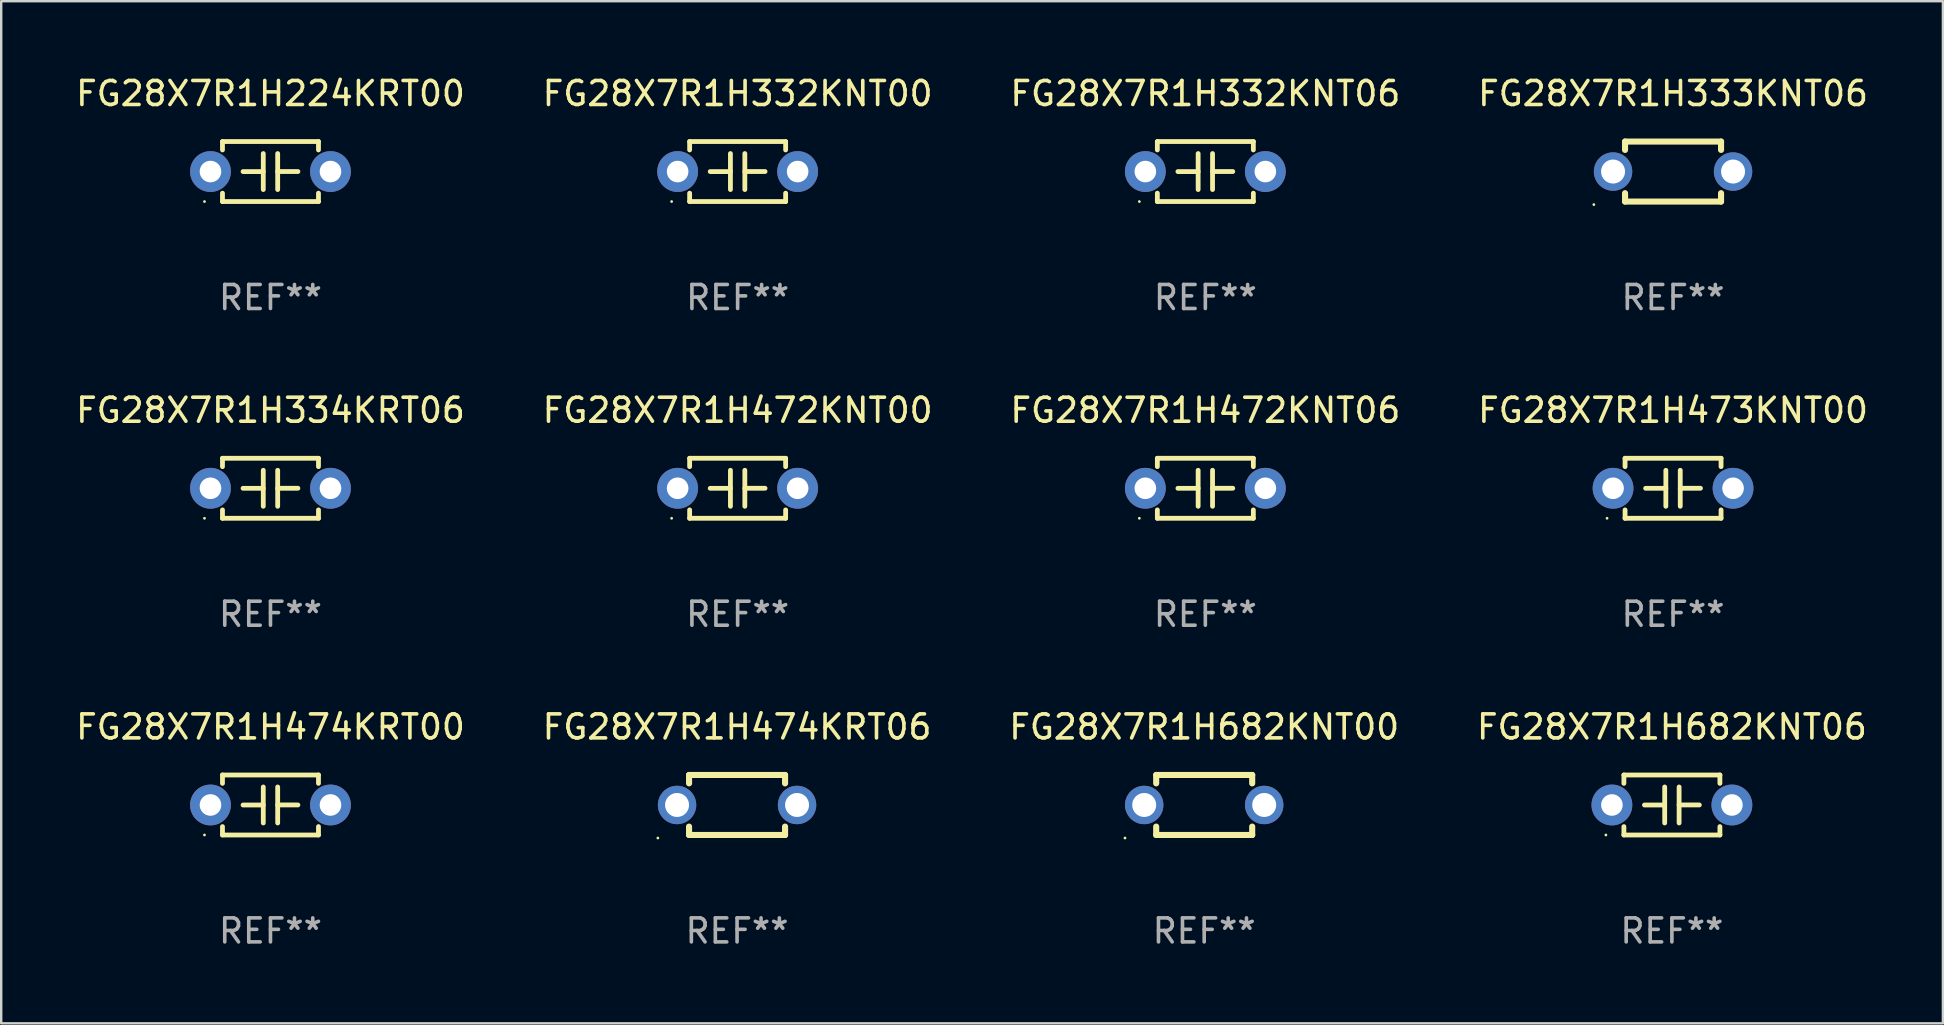
<source format=kicad_pcb>
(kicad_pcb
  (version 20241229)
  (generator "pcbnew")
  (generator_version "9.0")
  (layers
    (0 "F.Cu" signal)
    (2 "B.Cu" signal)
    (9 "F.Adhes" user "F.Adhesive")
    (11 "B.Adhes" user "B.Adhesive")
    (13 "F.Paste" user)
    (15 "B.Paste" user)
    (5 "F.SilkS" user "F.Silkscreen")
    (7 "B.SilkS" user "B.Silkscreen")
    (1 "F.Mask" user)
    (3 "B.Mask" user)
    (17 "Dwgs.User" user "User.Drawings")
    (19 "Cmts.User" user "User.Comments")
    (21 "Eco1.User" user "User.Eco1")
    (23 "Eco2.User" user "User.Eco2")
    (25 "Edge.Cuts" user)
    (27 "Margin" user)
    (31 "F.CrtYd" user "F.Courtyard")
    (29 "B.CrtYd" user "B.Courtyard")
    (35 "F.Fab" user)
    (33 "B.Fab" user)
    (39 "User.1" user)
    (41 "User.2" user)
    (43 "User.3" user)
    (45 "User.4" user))
  (footprint "FG28X7R1H682KNT00"
    (layer "F.Cu")
    (at 47.125 30.491)
    (property "Reference" "FG28X7R1H682KNT00" (at 0 -3.25 0) (layer "F.SilkS") (effects (font (size 1 1) (thickness 0.15))))
    (attr through_hole)
    (fp_line (start -2 -1.25) (end -2 -0.901) (stroke (width 0.254) (type solid)) (layer "F.SilkS"))
    (fp_line (start -2 -1.25) (end 2 -1.25) (stroke (width 0.254) (type solid)) (layer "F.SilkS"))
    (fp_line (start -2 0.901) (end -2 1.25) (stroke (width 0.254) (type solid)) (layer "F.SilkS"))
    (fp_line (start 2 -1.25) (end 2 -0.901) (stroke (width 0.254) (type solid)) (layer "F.SilkS"))
    (fp_line (start 2 0.901) (end 2 1.25) (stroke (width 0.254) (type solid)) (layer "F.SilkS"))
    (fp_line (start 2 1.25) (end -2 1.25) (stroke (width 0.254) (type solid)) (layer "F.SilkS"))
    (fp_circle (center -3.3 1.377) (end -3.27 1.377) (stroke (width 0.06) (type solid)) (fill no) (layer "F.SilkS"))
    (fp_text user "REF**" (at 0 5.25 0) (layer "F.Fab") (effects (font (size 1 1) (thickness 0.15))))
    (pad "1" thru_hole circle (at -2.5 0) (size 1.6 1.6) (drill 1) (layers "*.Cu" "*.Mask"))
    (pad "2" thru_hole circle (at 2.5 0) (size 1.6 1.6) (drill 1) (layers "*.Cu" "*.Mask")))
  (footprint "FG28X7R1H334KRT06"
    (layer "F.Cu")
    (at 8.22 17.295)
    (property "Reference" "FG28X7R1H334KRT06" (at 0 -3.25 0) (layer "F.SilkS") (effects (font (size 1 1) (thickness 0.15))))
    (attr through_hole)
    (fp_line (start -2 -1.25) (end -2 -0.901) (stroke (width 0.2) (type solid)) (layer "F.SilkS"))
    (fp_line (start -2 -1.25) (end 2 -1.25) (stroke (width 0.2) (type solid)) (layer "F.SilkS"))
    (fp_line (start -2 0.901) (end -2 1.25) (stroke (width 0.2) (type solid)) (layer "F.SilkS"))
    (fp_line (start -0.3 -0.75) (end -0.3 0.75) (stroke (width 0.2) (type solid)) (layer "F.SilkS"))
    (fp_line (start -0.3 0.001) (end -1.143 0.001) (stroke (width 0.2) (type solid)) (layer "F.SilkS"))
    (fp_line (start 0.3 -0.001) (end 1.143 -0.001) (stroke (width 0.2) (type solid)) (layer "F.SilkS"))
    (fp_line (start 0.3 0.75) (end 0.3 -0.75) (stroke (width 0.2) (type solid)) (layer "F.SilkS"))
    (fp_line (start 2 -1.25) (end 2 -0.901) (stroke (width 0.2) (type solid)) (layer "F.SilkS"))
    (fp_line (start 2 0.901) (end 2 1.25) (stroke (width 0.2) (type solid)) (layer "F.SilkS"))
    (fp_line (start 2 1.25) (end -2 1.25) (stroke (width 0.2) (type solid)) (layer "F.SilkS"))
    (fp_circle (center -2.75 1.25) (end -2.72 1.25) (stroke (width 0.06) (type solid)) (fill no) (layer "F.SilkS"))
    (fp_text user "REF**" (at 0 5.25 0) (layer "F.Fab") (effects (font (size 1 1) (thickness 0.15))))
    (pad "1" thru_hole circle (at -2.5 0) (size 1.7 1.7) (drill 0.9) (layers "*.Cu" "*.Mask"))
    (pad "2" thru_hole circle (at 2.5 0) (size 1.7 1.7) (drill 0.9) (layers "*.Cu" "*.Mask")))
  (footprint "FG28X7R1H682KNT06"
    (layer "F.Cu")
    (at 66.613 30.491)
    (property "Reference" "FG28X7R1H682KNT06" (at 0 -3.25 0) (layer "F.SilkS") (effects (font (size 1 1) (thickness 0.15))))
    (attr through_hole)
    (fp_line (start -2 -1.25) (end -2 -0.901) (stroke (width 0.2) (type solid)) (layer "F.SilkS"))
    (fp_line (start -2 -1.25) (end 2 -1.25) (stroke (width 0.2) (type solid)) (layer "F.SilkS"))
    (fp_line (start -2 0.901) (end -2 1.25) (stroke (width 0.2) (type solid)) (layer "F.SilkS"))
    (fp_line (start -0.3 -0.75) (end -0.3 0.75) (stroke (width 0.2) (type solid)) (layer "F.SilkS"))
    (fp_line (start -0.3 0.001) (end -1.143 0.001) (stroke (width 0.2) (type solid)) (layer "F.SilkS"))
    (fp_line (start 0.3 -0.001) (end 1.143 -0.001) (stroke (width 0.2) (type solid)) (layer "F.SilkS"))
    (fp_line (start 0.3 0.75) (end 0.3 -0.75) (stroke (width 0.2) (type solid)) (layer "F.SilkS"))
    (fp_line (start 2 -1.25) (end 2 -0.901) (stroke (width 0.2) (type solid)) (layer "F.SilkS"))
    (fp_line (start 2 0.901) (end 2 1.25) (stroke (width 0.2) (type solid)) (layer "F.SilkS"))
    (fp_line (start 2 1.25) (end -2 1.25) (stroke (width 0.2) (type solid)) (layer "F.SilkS"))
    (fp_circle (center -2.75 1.25) (end -2.72 1.25) (stroke (width 0.06) (type solid)) (fill no) (layer "F.SilkS"))
    (fp_text user "REF**" (at 0 5.25 0) (layer "F.Fab") (effects (font (size 1 1) (thickness 0.15))))
    (pad "1" thru_hole circle (at -2.5 0) (size 1.7 1.7) (drill 0.9) (layers "*.Cu" "*.Mask"))
    (pad "2" thru_hole circle (at 2.5 0) (size 1.7 1.7) (drill 0.9) (layers "*.Cu" "*.Mask")))
  (footprint "FG28X7R1H333KNT06"
    (layer "F.Cu")
    (at 66.661 4.098)
    (property "Reference" "FG28X7R1H333KNT06" (at 0 -3.25 0) (layer "F.SilkS") (effects (font (size 1 1) (thickness 0.15))))
    (attr through_hole)
    (fp_line (start -2 -1.25) (end -2 -0.901) (stroke (width 0.254) (type solid)) (layer "F.SilkS"))
    (fp_line (start -2 -1.25) (end 2 -1.25) (stroke (width 0.254) (type solid)) (layer "F.SilkS"))
    (fp_line (start -2 0.901) (end -2 1.25) (stroke (width 0.254) (type solid)) (layer "F.SilkS"))
    (fp_line (start 2 -1.25) (end 2 -0.901) (stroke (width 0.254) (type solid)) (layer "F.SilkS"))
    (fp_line (start 2 0.901) (end 2 1.25) (stroke (width 0.254) (type solid)) (layer "F.SilkS"))
    (fp_line (start 2 1.25) (end -2 1.25) (stroke (width 0.254) (type solid)) (layer "F.SilkS"))
    (fp_circle (center -3.3 1.377) (end -3.27 1.377) (stroke (width 0.06) (type solid)) (fill no) (layer "F.SilkS"))
    (fp_text user "REF**" (at 0 5.25 0) (layer "F.Fab") (effects (font (size 1 1) (thickness 0.15))))
    (pad "1" thru_hole circle (at -2.5 0) (size 1.6 1.6) (drill 1) (layers "*.Cu" "*.Mask"))
    (pad "2" thru_hole circle (at 2.5 0) (size 1.6 1.6) (drill 1) (layers "*.Cu" "*.Mask")))
  (footprint "FG28X7R1H474KRT00"
    (layer "F.Cu")
    (at 8.22 30.491)
    (property "Reference" "FG28X7R1H474KRT00" (at 0 -3.25 0) (layer "F.SilkS") (effects (font (size 1 1) (thickness 0.15))))
    (attr through_hole)
    (fp_line (start -2 -1.25) (end -2 -0.901) (stroke (width 0.2) (type solid)) (layer "F.SilkS"))
    (fp_line (start -2 -1.25) (end 2 -1.25) (stroke (width 0.2) (type solid)) (layer "F.SilkS"))
    (fp_line (start -2 0.901) (end -2 1.25) (stroke (width 0.2) (type solid)) (layer "F.SilkS"))
    (fp_line (start -0.3 -0.75) (end -0.3 0.75) (stroke (width 0.2) (type solid)) (layer "F.SilkS"))
    (fp_line (start -0.3 0.001) (end -1.143 0.001) (stroke (width 0.2) (type solid)) (layer "F.SilkS"))
    (fp_line (start 0.3 -0.001) (end 1.143 -0.001) (stroke (width 0.2) (type solid)) (layer "F.SilkS"))
    (fp_line (start 0.3 0.75) (end 0.3 -0.75) (stroke (width 0.2) (type solid)) (layer "F.SilkS"))
    (fp_line (start 2 -1.25) (end 2 -0.901) (stroke (width 0.2) (type solid)) (layer "F.SilkS"))
    (fp_line (start 2 0.901) (end 2 1.25) (stroke (width 0.2) (type solid)) (layer "F.SilkS"))
    (fp_line (start 2 1.25) (end -2 1.25) (stroke (width 0.2) (type solid)) (layer "F.SilkS"))
    (fp_circle (center -2.75 1.25) (end -2.72 1.25) (stroke (width 0.06) (type solid)) (fill no) (layer "F.SilkS"))
    (fp_text user "REF**" (at 0 5.25 0) (layer "F.Fab") (effects (font (size 1 1) (thickness 0.15))))
    (pad "1" thru_hole circle (at -2.5 0) (size 1.7 1.7) (drill 0.9) (layers "*.Cu" "*.Mask"))
    (pad "2" thru_hole circle (at 2.5 0) (size 1.7 1.7) (drill 0.9) (layers "*.Cu" "*.Mask")))
  (footprint "FG28X7R1H474KRT06"
    (layer "F.Cu")
    (at 27.661 30.491)
    (property "Reference" "FG28X7R1H474KRT06" (at 0 -3.25 0) (layer "F.SilkS") (effects (font (size 1 1) (thickness 0.15))))
    (attr through_hole)
    (fp_line (start -2 -1.25) (end -2 -0.901) (stroke (width 0.254) (type solid)) (layer "F.SilkS"))
    (fp_line (start -2 -1.25) (end 2 -1.25) (stroke (width 0.254) (type solid)) (layer "F.SilkS"))
    (fp_line (start -2 0.901) (end -2 1.25) (stroke (width 0.254) (type solid)) (layer "F.SilkS"))
    (fp_line (start 2 -1.25) (end 2 -0.901) (stroke (width 0.254) (type solid)) (layer "F.SilkS"))
    (fp_line (start 2 0.901) (end 2 1.25) (stroke (width 0.254) (type solid)) (layer "F.SilkS"))
    (fp_line (start 2 1.25) (end -2 1.25) (stroke (width 0.254) (type solid)) (layer "F.SilkS"))
    (fp_circle (center -3.3 1.377) (end -3.27 1.377) (stroke (width 0.06) (type solid)) (fill no) (layer "F.SilkS"))
    (fp_text user "REF**" (at 0 5.25 0) (layer "F.Fab") (effects (font (size 1 1) (thickness 0.15))))
    (pad "1" thru_hole circle (at -2.5 0) (size 1.6 1.6) (drill 1) (layers "*.Cu" "*.Mask"))
    (pad "2" thru_hole circle (at 2.5 0) (size 1.6 1.6) (drill 1) (layers "*.Cu" "*.Mask")))
  (footprint "FG28X7R1H472KNT00"
    (layer "F.Cu")
    (at 27.685 17.295)
    (property "Reference" "FG28X7R1H472KNT00" (at 0 -3.25 0) (layer "F.SilkS") (effects (font (size 1 1) (thickness 0.15))))
    (attr through_hole)
    (fp_line (start -2 -1.25) (end -2 -0.901) (stroke (width 0.2) (type solid)) (layer "F.SilkS"))
    (fp_line (start -2 -1.25) (end 2 -1.25) (stroke (width 0.2) (type solid)) (layer "F.SilkS"))
    (fp_line (start -2 0.901) (end -2 1.25) (stroke (width 0.2) (type solid)) (layer "F.SilkS"))
    (fp_line (start -0.3 -0.75) (end -0.3 0.75) (stroke (width 0.2) (type solid)) (layer "F.SilkS"))
    (fp_line (start -0.3 0.001) (end -1.143 0.001) (stroke (width 0.2) (type solid)) (layer "F.SilkS"))
    (fp_line (start 0.3 -0.001) (end 1.143 -0.001) (stroke (width 0.2) (type solid)) (layer "F.SilkS"))
    (fp_line (start 0.3 0.75) (end 0.3 -0.75) (stroke (width 0.2) (type solid)) (layer "F.SilkS"))
    (fp_line (start 2 -1.25) (end 2 -0.901) (stroke (width 0.2) (type solid)) (layer "F.SilkS"))
    (fp_line (start 2 0.901) (end 2 1.25) (stroke (width 0.2) (type solid)) (layer "F.SilkS"))
    (fp_line (start 2 1.25) (end -2 1.25) (stroke (width 0.2) (type solid)) (layer "F.SilkS"))
    (fp_circle (center -2.75 1.25) (end -2.72 1.25) (stroke (width 0.06) (type solid)) (fill no) (layer "F.SilkS"))
    (fp_text user "REF**" (at 0 5.25 0) (layer "F.Fab") (effects (font (size 1 1) (thickness 0.15))))
    (pad "1" thru_hole circle (at -2.5 0) (size 1.7 1.7) (drill 0.9) (layers "*.Cu" "*.Mask"))
    (pad "2" thru_hole circle (at 2.5 0) (size 1.7 1.7) (drill 0.9) (layers "*.Cu" "*.Mask")))
  (footprint "FG28X7R1H473KNT00"
    (layer "F.Cu")
    (at 66.661 17.295)
    (property "Reference" "FG28X7R1H473KNT00" (at 0 -3.25 0) (layer "F.SilkS") (effects (font (size 1 1) (thickness 0.15))))
    (attr through_hole)
    (fp_line (start -2 -1.25) (end -2 -0.901) (stroke (width 0.2) (type solid)) (layer "F.SilkS"))
    (fp_line (start -2 -1.25) (end 2 -1.25) (stroke (width 0.2) (type solid)) (layer "F.SilkS"))
    (fp_line (start -2 0.901) (end -2 1.25) (stroke (width 0.2) (type solid)) (layer "F.SilkS"))
    (fp_line (start -0.3 -0.75) (end -0.3 0.75) (stroke (width 0.2) (type solid)) (layer "F.SilkS"))
    (fp_line (start -0.3 0.001) (end -1.143 0.001) (stroke (width 0.2) (type solid)) (layer "F.SilkS"))
    (fp_line (start 0.3 -0.001) (end 1.143 -0.001) (stroke (width 0.2) (type solid)) (layer "F.SilkS"))
    (fp_line (start 0.3 0.75) (end 0.3 -0.75) (stroke (width 0.2) (type solid)) (layer "F.SilkS"))
    (fp_line (start 2 -1.25) (end 2 -0.901) (stroke (width 0.2) (type solid)) (layer "F.SilkS"))
    (fp_line (start 2 0.901) (end 2 1.25) (stroke (width 0.2) (type solid)) (layer "F.SilkS"))
    (fp_line (start 2 1.25) (end -2 1.25) (stroke (width 0.2) (type solid)) (layer "F.SilkS"))
    (fp_circle (center -2.75 1.25) (end -2.72 1.25) (stroke (width 0.06) (type solid)) (fill no) (layer "F.SilkS"))
    (fp_text user "REF**" (at 0 5.25 0) (layer "F.Fab") (effects (font (size 1 1) (thickness 0.15))))
    (pad "1" thru_hole circle (at -2.5 0) (size 1.7 1.7) (drill 0.9) (layers "*.Cu" "*.Mask"))
    (pad "2" thru_hole circle (at 2.5 0) (size 1.7 1.7) (drill 0.9) (layers "*.Cu" "*.Mask")))
  (footprint "FG28X7R1H332KNT06"
    (layer "F.Cu")
    (at 47.173 4.098)
    (property "Reference" "FG28X7R1H332KNT06" (at 0 -3.25 0) (layer "F.SilkS") (effects (font (size 1 1) (thickness 0.15))))
    (attr through_hole)
    (fp_line (start -2 -1.25) (end -2 -0.901) (stroke (width 0.2) (type solid)) (layer "F.SilkS"))
    (fp_line (start -2 -1.25) (end 2 -1.25) (stroke (width 0.2) (type solid)) (layer "F.SilkS"))
    (fp_line (start -2 0.901) (end -2 1.25) (stroke (width 0.2) (type solid)) (layer "F.SilkS"))
    (fp_line (start -0.3 -0.75) (end -0.3 0.75) (stroke (width 0.2) (type solid)) (layer "F.SilkS"))
    (fp_line (start -0.3 0.001) (end -1.143 0.001) (stroke (width 0.2) (type solid)) (layer "F.SilkS"))
    (fp_line (start 0.3 -0.001) (end 1.143 -0.001) (stroke (width 0.2) (type solid)) (layer "F.SilkS"))
    (fp_line (start 0.3 0.75) (end 0.3 -0.75) (stroke (width 0.2) (type solid)) (layer "F.SilkS"))
    (fp_line (start 2 -1.25) (end 2 -0.901) (stroke (width 0.2) (type solid)) (layer "F.SilkS"))
    (fp_line (start 2 0.901) (end 2 1.25) (stroke (width 0.2) (type solid)) (layer "F.SilkS"))
    (fp_line (start 2 1.25) (end -2 1.25) (stroke (width 0.2) (type solid)) (layer "F.SilkS"))
    (fp_circle (center -2.75 1.25) (end -2.72 1.25) (stroke (width 0.06) (type solid)) (fill no) (layer "F.SilkS"))
    (fp_text user "REF**" (at 0 5.25 0) (layer "F.Fab") (effects (font (size 1 1) (thickness 0.15))))
    (pad "1" thru_hole circle (at -2.5 0) (size 1.7 1.7) (drill 0.9) (layers "*.Cu" "*.Mask"))
    (pad "2" thru_hole circle (at 2.5 0) (size 1.7 1.7) (drill 0.9) (layers "*.Cu" "*.Mask")))
  (footprint "FG28X7R1H224KRT00"
    (layer "F.Cu")
    (at 8.22 4.098)
    (property "Reference" "FG28X7R1H224KRT00" (at 0 -3.25 0) (layer "F.SilkS") (effects (font (size 1 1) (thickness 0.15))))
    (attr through_hole)
    (fp_line (start -2 -1.25) (end -2 -0.901) (stroke (width 0.2) (type solid)) (layer "F.SilkS"))
    (fp_line (start -2 -1.25) (end 2 -1.25) (stroke (width 0.2) (type solid)) (layer "F.SilkS"))
    (fp_line (start -2 0.901) (end -2 1.25) (stroke (width 0.2) (type solid)) (layer "F.SilkS"))
    (fp_line (start -0.3 -0.75) (end -0.3 0.75) (stroke (width 0.2) (type solid)) (layer "F.SilkS"))
    (fp_line (start -0.3 0.001) (end -1.143 0.001) (stroke (width 0.2) (type solid)) (layer "F.SilkS"))
    (fp_line (start 0.3 -0.001) (end 1.143 -0.001) (stroke (width 0.2) (type solid)) (layer "F.SilkS"))
    (fp_line (start 0.3 0.75) (end 0.3 -0.75) (stroke (width 0.2) (type solid)) (layer "F.SilkS"))
    (fp_line (start 2 -1.25) (end 2 -0.901) (stroke (width 0.2) (type solid)) (layer "F.SilkS"))
    (fp_line (start 2 0.901) (end 2 1.25) (stroke (width 0.2) (type solid)) (layer "F.SilkS"))
    (fp_line (start 2 1.25) (end -2 1.25) (stroke (width 0.2) (type solid)) (layer "F.SilkS"))
    (fp_circle (center -2.75 1.25) (end -2.72 1.25) (stroke (width 0.06) (type solid)) (fill no) (layer "F.SilkS"))
    (fp_text user "REF**" (at 0 5.25 0) (layer "F.Fab") (effects (font (size 1 1) (thickness 0.15))))
    (pad "1" thru_hole circle (at -2.5 0) (size 1.7 1.7) (drill 0.9) (layers "*.Cu" "*.Mask"))
    (pad "2" thru_hole circle (at 2.5 0) (size 1.7 1.7) (drill 0.9) (layers "*.Cu" "*.Mask")))
  (footprint "FG28X7R1H472KNT06"
    (layer "F.Cu")
    (at 47.173 17.295)
    (property "Reference" "FG28X7R1H472KNT06" (at 0 -3.25 0) (layer "F.SilkS") (effects (font (size 1 1) (thickness 0.15))))
    (attr through_hole)
    (fp_line (start -2 -1.25) (end -2 -0.901) (stroke (width 0.2) (type solid)) (layer "F.SilkS"))
    (fp_line (start -2 -1.25) (end 2 -1.25) (stroke (width 0.2) (type solid)) (layer "F.SilkS"))
    (fp_line (start -2 0.901) (end -2 1.25) (stroke (width 0.2) (type solid)) (layer "F.SilkS"))
    (fp_line (start -0.3 -0.75) (end -0.3 0.75) (stroke (width 0.2) (type solid)) (layer "F.SilkS"))
    (fp_line (start -0.3 0.001) (end -1.143 0.001) (stroke (width 0.2) (type solid)) (layer "F.SilkS"))
    (fp_line (start 0.3 -0.001) (end 1.143 -0.001) (stroke (width 0.2) (type solid)) (layer "F.SilkS"))
    (fp_line (start 0.3 0.75) (end 0.3 -0.75) (stroke (width 0.2) (type solid)) (layer "F.SilkS"))
    (fp_line (start 2 -1.25) (end 2 -0.901) (stroke (width 0.2) (type solid)) (layer "F.SilkS"))
    (fp_line (start 2 0.901) (end 2 1.25) (stroke (width 0.2) (type solid)) (layer "F.SilkS"))
    (fp_line (start 2 1.25) (end -2 1.25) (stroke (width 0.2) (type solid)) (layer "F.SilkS"))
    (fp_circle (center -2.75 1.25) (end -2.72 1.25) (stroke (width 0.06) (type solid)) (fill no) (layer "F.SilkS"))
    (fp_text user "REF**" (at 0 5.25 0) (layer "F.Fab") (effects (font (size 1 1) (thickness 0.15))))
    (pad "1" thru_hole circle (at -2.5 0) (size 1.7 1.7) (drill 0.9) (layers "*.Cu" "*.Mask"))
    (pad "2" thru_hole circle (at 2.5 0) (size 1.7 1.7) (drill 0.9) (layers "*.Cu" "*.Mask")))
  (footprint "FG28X7R1H332KNT00"
    (layer "F.Cu")
    (at 27.685 4.098)
    (property "Reference" "FG28X7R1H332KNT00" (at 0 -3.25 0) (layer "F.SilkS") (effects (font (size 1 1) (thickness 0.15))))
    (attr through_hole)
    (fp_line (start -2 -1.25) (end -2 -0.901) (stroke (width 0.2) (type solid)) (layer "F.SilkS"))
    (fp_line (start -2 -1.25) (end 2 -1.25) (stroke (width 0.2) (type solid)) (layer "F.SilkS"))
    (fp_line (start -2 0.901) (end -2 1.25) (stroke (width 0.2) (type solid)) (layer "F.SilkS"))
    (fp_line (start -0.3 -0.75) (end -0.3 0.75) (stroke (width 0.2) (type solid)) (layer "F.SilkS"))
    (fp_line (start -0.3 0.001) (end -1.143 0.001) (stroke (width 0.2) (type solid)) (layer "F.SilkS"))
    (fp_line (start 0.3 -0.001) (end 1.143 -0.001) (stroke (width 0.2) (type solid)) (layer "F.SilkS"))
    (fp_line (start 0.3 0.75) (end 0.3 -0.75) (stroke (width 0.2) (type solid)) (layer "F.SilkS"))
    (fp_line (start 2 -1.25) (end 2 -0.901) (stroke (width 0.2) (type solid)) (layer "F.SilkS"))
    (fp_line (start 2 0.901) (end 2 1.25) (stroke (width 0.2) (type solid)) (layer "F.SilkS"))
    (fp_line (start 2 1.25) (end -2 1.25) (stroke (width 0.2) (type solid)) (layer "F.SilkS"))
    (fp_circle (center -2.75 1.25) (end -2.72 1.25) (stroke (width 0.06) (type solid)) (fill no) (layer "F.SilkS"))
    (fp_text user "REF**" (at 0 5.25 0) (layer "F.Fab") (effects (font (size 1 1) (thickness 0.15))))
    (pad "1" thru_hole circle (at -2.5 0) (size 1.7 1.7) (drill 0.9) (layers "*.Cu" "*.Mask"))
    (pad "2" thru_hole circle (at 2.5 0) (size 1.7 1.7) (drill 0.9) (layers "*.Cu" "*.Mask")))
  (gr_rect
    (start -3 -3)
    (end 77.905 39.59)
    (stroke (width 0.1) (type default))
    (fill no)
    (layer "Edge.Cuts")))
</source>
